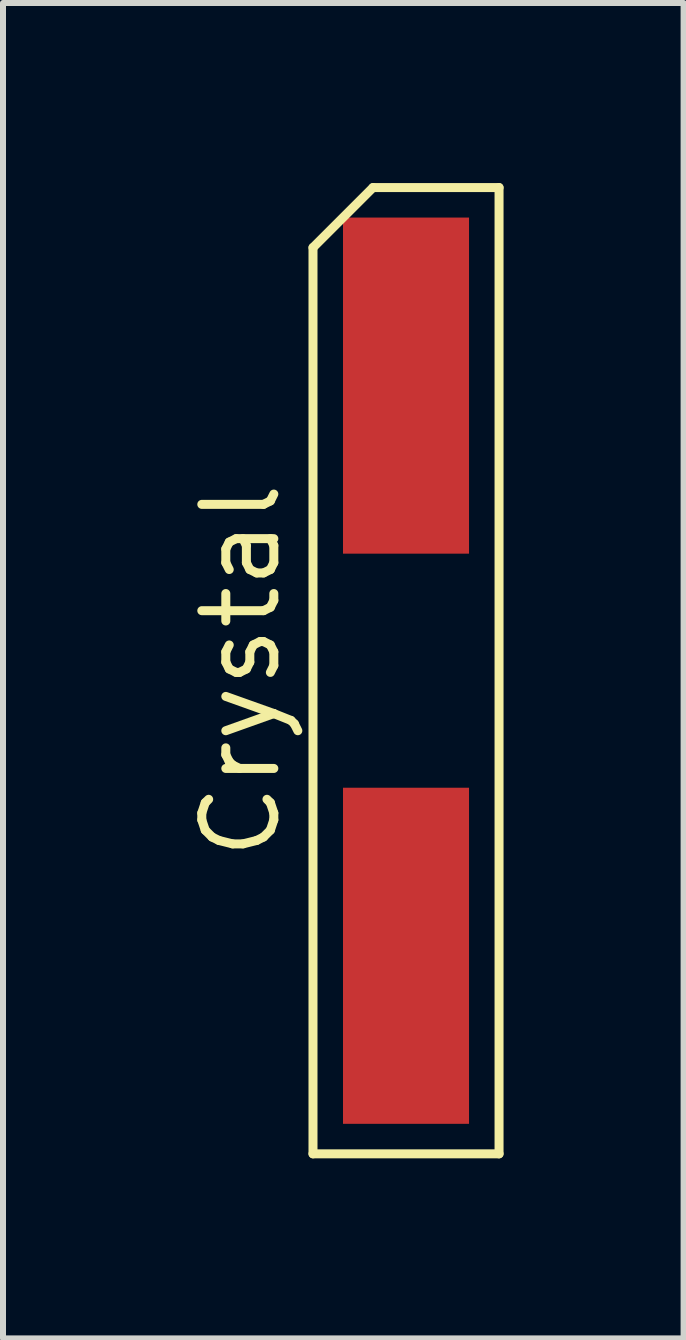
<source format=kicad_pcb>
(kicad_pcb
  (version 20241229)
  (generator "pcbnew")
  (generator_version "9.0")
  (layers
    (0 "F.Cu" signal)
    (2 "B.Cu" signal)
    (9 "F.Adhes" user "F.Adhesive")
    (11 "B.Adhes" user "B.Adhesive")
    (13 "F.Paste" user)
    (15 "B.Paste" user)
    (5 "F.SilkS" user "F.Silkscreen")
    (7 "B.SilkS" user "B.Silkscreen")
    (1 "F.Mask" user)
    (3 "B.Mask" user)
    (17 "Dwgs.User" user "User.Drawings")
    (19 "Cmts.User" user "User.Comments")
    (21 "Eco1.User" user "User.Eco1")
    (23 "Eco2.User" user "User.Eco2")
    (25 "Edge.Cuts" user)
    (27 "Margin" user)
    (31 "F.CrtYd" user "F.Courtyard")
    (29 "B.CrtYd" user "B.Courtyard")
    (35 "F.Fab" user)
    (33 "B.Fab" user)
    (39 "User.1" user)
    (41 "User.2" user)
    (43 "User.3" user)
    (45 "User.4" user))
  (footprint "Crystal"
    (layer "F.Cu")
    (at 3.715 8.125)
    (property "Reference" "Crystal" (at -2.75 0 90) (layer "F.SilkS") (effects (font (size 1.2 1.2) (thickness 0.15))))
    (attr through_hole)
    (fp_line (start -1.55 -7.05) (end -1.55 8.05) (stroke (width 0.15) (type solid)) (layer "F.SilkS"))
    (fp_line (start -1.55 8.05) (end 1.55 8.05) (stroke (width 0.15) (type solid)) (layer "F.SilkS"))
    (fp_line (start -0.55 -8.05) (end -1.55 -7.05) (stroke (width 0.15) (type solid)) (layer "F.SilkS"))
    (fp_line (start 1.55 -8.05) (end -0.55 -8.05) (stroke (width 0.15) (type solid)) (layer "F.SilkS"))
    (fp_line (start 1.55 8.05) (end 1.55 -8.05) (stroke (width 0.15) (type solid)) (layer "F.SilkS"))
    (pad "1" smd rect (at 0 4.75) (size 2.1 5.6) (layers "F.Cu" "F.Mask" "F.Paste"))
    (pad "2" smd rect (at 0 -4.75) (size 2.1 5.6) (layers "F.Cu" "F.Mask" "F.Paste")))
  (gr_rect
    (start -3 -3)
    (end 8.34 19.25)
    (stroke (width 0.1) (type default))
    (fill no)
    (layer "Edge.Cuts")))
</source>
